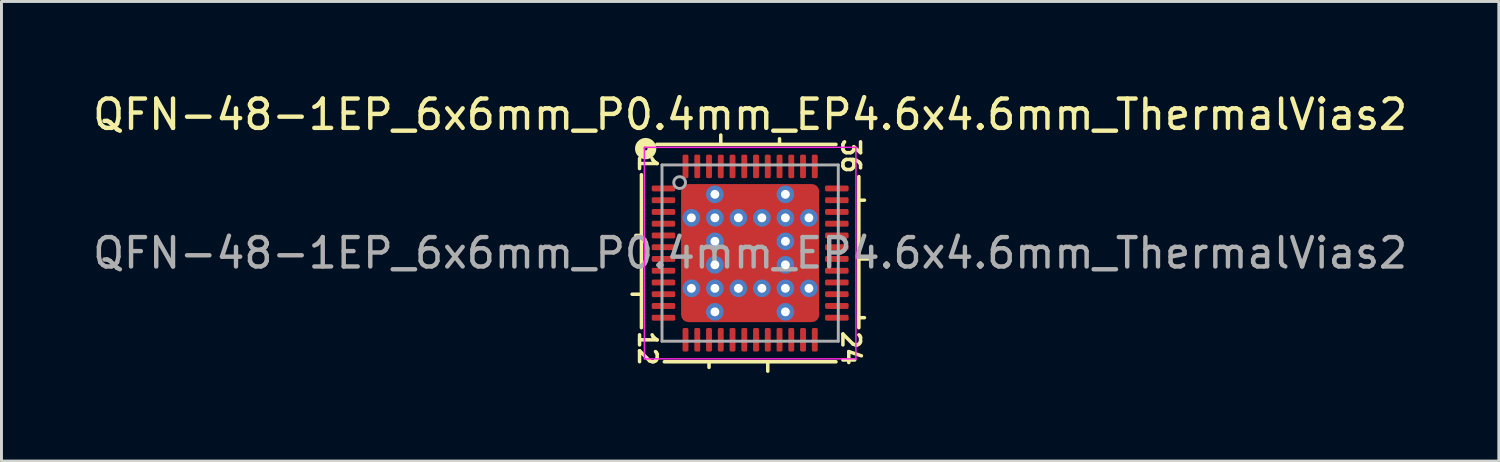
<source format=kicad_pcb>
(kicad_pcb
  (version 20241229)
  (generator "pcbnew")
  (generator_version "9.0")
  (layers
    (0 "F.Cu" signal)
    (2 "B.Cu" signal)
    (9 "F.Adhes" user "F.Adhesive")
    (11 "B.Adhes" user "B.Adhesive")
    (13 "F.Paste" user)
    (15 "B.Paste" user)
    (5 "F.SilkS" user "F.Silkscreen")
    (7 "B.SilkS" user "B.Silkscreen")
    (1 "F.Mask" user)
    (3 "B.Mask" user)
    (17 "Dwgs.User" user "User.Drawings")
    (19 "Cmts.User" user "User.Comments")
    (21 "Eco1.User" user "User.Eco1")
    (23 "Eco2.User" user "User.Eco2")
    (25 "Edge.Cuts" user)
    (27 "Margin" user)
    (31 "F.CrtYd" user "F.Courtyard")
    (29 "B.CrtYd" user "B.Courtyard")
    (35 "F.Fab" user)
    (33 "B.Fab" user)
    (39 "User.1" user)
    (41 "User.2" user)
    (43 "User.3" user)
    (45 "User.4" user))
  (footprint "QFN-48-1EP_6x6mm_P0.4mm_EP4.6x4.6mm_ThermalVias2"
    (layer "F.Cu")
    (at 22.482 5.564)
    (property "Reference" "QFN-48-1EP_6x6mm_P0.4mm_EP4.6x4.6mm_ThermalVias2" (at 0 -4.716 0) (layer "F.SilkS") (effects (font (size 1 1) (thickness 0.15))))
    (attr smd)
    (fp_line (start -3.7 -2.667) (end -3.7 2.54) (stroke (width 0.12) (type solid)) (layer "F.SilkS"))
    (fp_line (start -3.7 -0.6) (end -3.89 -0.6) (stroke (width 0.12) (type solid)) (layer "F.SilkS"))
    (fp_line (start -3.7 1.4) (end -4.018 1.4) (stroke (width 0.12) (type solid)) (layer "F.SilkS"))
    (fp_line (start -2.921 3.7) (end 2.921 3.7) (stroke (width 0.12) (type solid)) (layer "F.SilkS"))
    (fp_line (start -1.4 3.89) (end -1.4 3.7) (stroke (width 0.12) (type solid)) (layer "F.SilkS"))
    (fp_line (start -1 -3.7) (end -1 -4.018) (stroke (width 0.12) (type solid)) (layer "F.SilkS"))
    (fp_line (start 0.6 3.7) (end 0.6 4.018) (stroke (width 0.12) (type solid)) (layer "F.SilkS"))
    (fp_line (start 1 -3.7) (end 1 -3.89) (stroke (width 0.12) (type solid)) (layer "F.SilkS"))
    (fp_line (start 2.921 -3.7) (end -3.175 -3.7) (stroke (width 0.12) (type solid)) (layer "F.SilkS"))
    (fp_line (start 3.7 -1.8) (end 3.89 -1.8) (stroke (width 0.12) (type solid)) (layer "F.SilkS"))
    (fp_line (start 3.7 0.2) (end 4.018 0.2) (stroke (width 0.12) (type solid)) (layer "F.SilkS"))
    (fp_line (start 3.7 2.2) (end 3.89 2.2) (stroke (width 0.12) (type solid)) (layer "F.SilkS"))
    (fp_line (start 3.7 2.54) (end 3.7 -2.603) (stroke (width 0.12) (type solid)) (layer "F.SilkS"))
    (fp_circle (center -3.556 -3.556) (end -3.493 -3.556) (stroke (width 0.3) (type solid)) (fill no) (layer "F.SilkS"))
    (fp_line (start -3.6 -3.6) (end -3.6 3.6) (stroke (width 0.05) (type solid)) (layer "F.CrtYd"))
    (fp_line (start -3.6 3.6) (end 3.6 3.6) (stroke (width 0.05) (type solid)) (layer "F.CrtYd"))
    (fp_line (start 3.6 -3.6) (end -3.6 -3.6) (stroke (width 0.05) (type solid)) (layer "F.CrtYd"))
    (fp_line (start 3.6 3.6) (end 3.6 -3.6) (stroke (width 0.05) (type solid)) (layer "F.CrtYd"))
    (fp_line (start -3 -3) (end 3 -3) (stroke (width 0.1) (type solid)) (layer "F.Fab"))
    (fp_line (start -3 3) (end -3 -3) (stroke (width 0.1) (type solid)) (layer "F.Fab"))
    (fp_line (start 3 -3) (end 3 3) (stroke (width 0.1) (type solid)) (layer "F.Fab"))
    (fp_line (start 3 3) (end -3 3) (stroke (width 0.1) (type solid)) (layer "F.Fab"))
    (fp_circle (center -2.4 -2.4) (end -2.2 -2.4) (stroke (width 0.1) (type solid)) (fill no) (layer "F.Fab"))
    (fp_text user "36" (at 3.429 -3.302 270) (unlocked yes) (layer "F.SilkS") (effects (font (size 0.6 0.6) (thickness 0.12))))
    (fp_text user "1" (at -3.493 -3.048 270) (unlocked yes) (layer "F.SilkS") (effects (font (size 0.6 0.6) (thickness 0.12))))
    (fp_text user "24" (at 3.429 3.239 270) (unlocked yes) (layer "F.SilkS") (effects (font (size 0.6 0.6) (thickness 0.12))))
    (fp_text user "12" (at -3.493 3.239 270) (unlocked yes) (layer "F.SilkS") (effects (font (size 0.6 0.6) (thickness 0.12))))
    (fp_text user "${REFERENCE}" (at 0 0 0) (layer "F.Fab") (effects (font (size 1 1) (thickness 0.15))))
    (pad "" smd roundrect (at -1.875 -1.875 90) (size 0.55 0.55) (layers "F.Paste") (roundrect_rratio 0.25))
    (pad "" smd roundrect (at -1.875 -1.875 180) (size 0.75 0.75) (layers "F.Mask") (roundrect_rratio 0.25))
    (pad "" smd roundrect (at -1.875 -0.425) (size 0.55 0.65) (layers "F.Paste") (roundrect_rratio 0.25))
    (pad "" smd roundrect (at -1.875 0 180) (size 0.75 1.8) (layers "F.Mask") (roundrect_rratio 0.25))
    (pad "" smd roundrect (at -1.875 0.425) (size 0.55 0.65) (layers "F.Paste") (roundrect_rratio 0.25))
    (pad "" smd roundrect (at -1.875 1.875 90) (size 0.55 0.55) (layers "F.Paste") (roundrect_rratio 0.25))
    (pad "" smd roundrect (at -1.875 1.875 180) (size 0.75 0.75) (layers "F.Mask") (roundrect_rratio 0.25))
    (pad "" smd roundrect (at -0.425 -1.875 90) (size 0.55 0.65) (layers "F.Paste") (roundrect_rratio 0.25))
    (pad "" smd roundrect (at -0.425 -0.425) (size 0.65 0.65) (layers "F.Paste") (roundrect_rratio 0.25))
    (pad "" smd roundrect (at -0.425 0.425) (size 0.65 0.65) (layers "F.Paste") (roundrect_rratio 0.25))
    (pad "" smd roundrect (at -0.425 1.875 90) (size 0.55 0.65) (layers "F.Paste") (roundrect_rratio 0.25))
    (pad "" smd roundrect (at 0 -1.875 180) (size 1.8 0.75) (layers "F.Mask") (roundrect_rratio 0.25))
    (pad "" smd roundrect (at 0 0 180) (size 1.8 1.8) (layers "F.Mask") (roundrect_rratio 0.139))
    (pad "" smd roundrect (at 0 1.875 180) (size 1.8 0.75) (layers "F.Mask") (roundrect_rratio 0.25))
    (pad "" smd roundrect (at 0.425 -1.875 90) (size 0.55 0.65) (layers "F.Paste") (roundrect_rratio 0.25))
    (pad "" smd roundrect (at 0.425 -0.425) (size 0.65 0.65) (layers "F.Paste") (roundrect_rratio 0.25))
    (pad "" smd roundrect (at 0.425 0.425) (size 0.65 0.65) (layers "F.Paste") (roundrect_rratio 0.25))
    (pad "" smd roundrect (at 0.425 1.875 90) (size 0.55 0.65) (layers "F.Paste") (roundrect_rratio 0.25))
    (pad "" smd roundrect (at 1.875 -1.875 90) (size 0.55 0.55) (layers "F.Paste") (roundrect_rratio 0.25))
    (pad "" smd roundrect (at 1.875 -1.875 180) (size 0.75 0.75) (layers "F.Mask") (roundrect_rratio 0.25))
    (pad "" smd roundrect (at 1.875 -0.425) (size 0.55 0.65) (layers "F.Paste") (roundrect_rratio 0.25))
    (pad "" smd roundrect (at 1.875 0 180) (size 0.75 1.8) (layers "F.Mask") (roundrect_rratio 0.25))
    (pad "" smd roundrect (at 1.875 0.425) (size 0.55 0.65) (layers "F.Paste") (roundrect_rratio 0.25))
    (pad "" smd roundrect (at 1.875 1.875 90) (size 0.55 0.55) (layers "F.Paste") (roundrect_rratio 0.25))
    (pad "" smd roundrect (at 1.875 1.875 180) (size 0.75 0.75) (layers "F.Mask") (roundrect_rratio 0.25))
    (pad "1" smd roundrect (at -2.95 -2.2) (size 0.8 0.2) (layers "F.Cu" "F.Mask" "F.Paste") (roundrect_rratio 0.25))
    (pad "2" smd roundrect (at -2.95 -1.8) (size 0.8 0.2) (layers "F.Cu" "F.Mask" "F.Paste") (roundrect_rratio 0.25))
    (pad "3" smd roundrect (at -2.95 -1.4) (size 0.8 0.2) (layers "F.Cu" "F.Mask" "F.Paste") (roundrect_rratio 0.25))
    (pad "4" smd roundrect (at -2.95 -1) (size 0.8 0.2) (layers "F.Cu" "F.Mask" "F.Paste") (roundrect_rratio 0.25))
    (pad "5" smd roundrect (at -2.95 -0.6) (size 0.8 0.2) (layers "F.Cu" "F.Mask" "F.Paste") (roundrect_rratio 0.25))
    (pad "6" smd roundrect (at -2.95 -0.2) (size 0.8 0.2) (layers "F.Cu" "F.Mask" "F.Paste") (roundrect_rratio 0.25))
    (pad "7" smd roundrect (at -2.95 0.2) (size 0.8 0.2) (layers "F.Cu" "F.Mask" "F.Paste") (roundrect_rratio 0.25))
    (pad "8" smd roundrect (at -2.95 0.6) (size 0.8 0.2) (layers "F.Cu" "F.Mask" "F.Paste") (roundrect_rratio 0.25))
    (pad "9" smd roundrect (at -2.95 1) (size 0.8 0.2) (layers "F.Cu" "F.Mask" "F.Paste") (roundrect_rratio 0.25))
    (pad "10" smd roundrect (at -2.95 1.4) (size 0.8 0.2) (layers "F.Cu" "F.Mask" "F.Paste") (roundrect_rratio 0.25))
    (pad "11" smd roundrect (at -2.95 1.8) (size 0.8 0.2) (layers "F.Cu" "F.Mask" "F.Paste") (roundrect_rratio 0.25))
    (pad "12" smd roundrect (at -2.95 2.2) (size 0.8 0.2) (layers "F.Cu" "F.Mask" "F.Paste") (roundrect_rratio 0.25))
    (pad "13" smd roundrect (at -2.2 2.95) (size 0.2 0.8) (layers "F.Cu" "F.Mask" "F.Paste") (roundrect_rratio 0.25))
    (pad "14" smd roundrect (at -1.8 2.95) (size 0.2 0.8) (layers "F.Cu" "F.Mask" "F.Paste") (roundrect_rratio 0.25))
    (pad "15" smd roundrect (at -1.4 2.95) (size 0.2 0.8) (layers "F.Cu" "F.Mask" "F.Paste") (roundrect_rratio 0.25))
    (pad "16" smd roundrect (at -1 2.95) (size 0.2 0.8) (layers "F.Cu" "F.Mask" "F.Paste") (roundrect_rratio 0.25))
    (pad "17" smd roundrect (at -0.6 2.95) (size 0.2 0.8) (layers "F.Cu" "F.Mask" "F.Paste") (roundrect_rratio 0.25))
    (pad "18" smd roundrect (at -0.2 2.95) (size 0.2 0.8) (layers "F.Cu" "F.Mask" "F.Paste") (roundrect_rratio 0.25))
    (pad "19" smd roundrect (at 0.2 2.95) (size 0.2 0.8) (layers "F.Cu" "F.Mask" "F.Paste") (roundrect_rratio 0.25))
    (pad "20" smd roundrect (at 0.6 2.95) (size 0.2 0.8) (layers "F.Cu" "F.Mask" "F.Paste") (roundrect_rratio 0.25))
    (pad "21" smd roundrect (at 1 2.95) (size 0.2 0.8) (layers "F.Cu" "F.Mask" "F.Paste") (roundrect_rratio 0.25))
    (pad "22" smd roundrect (at 1.4 2.95) (size 0.2 0.8) (layers "F.Cu" "F.Mask" "F.Paste") (roundrect_rratio 0.25))
    (pad "23" smd roundrect (at 1.8 2.95) (size 0.2 0.8) (layers "F.Cu" "F.Mask" "F.Paste") (roundrect_rratio 0.25))
    (pad "24" smd roundrect (at 2.2 2.95) (size 0.2 0.8) (layers "F.Cu" "F.Mask" "F.Paste") (roundrect_rratio 0.25))
    (pad "25" smd roundrect (at 2.95 2.2) (size 0.8 0.2) (layers "F.Cu" "F.Mask" "F.Paste") (roundrect_rratio 0.25))
    (pad "26" smd roundrect (at 2.95 1.8) (size 0.8 0.2) (layers "F.Cu" "F.Mask" "F.Paste") (roundrect_rratio 0.25))
    (pad "27" smd roundrect (at 2.95 1.4) (size 0.8 0.2) (layers "F.Cu" "F.Mask" "F.Paste") (roundrect_rratio 0.25))
    (pad "28" smd roundrect (at 2.95 1) (size 0.8 0.2) (layers "F.Cu" "F.Mask" "F.Paste") (roundrect_rratio 0.25))
    (pad "29" smd roundrect (at 2.95 0.6) (size 0.8 0.2) (layers "F.Cu" "F.Mask" "F.Paste") (roundrect_rratio 0.25))
    (pad "30" smd roundrect (at 2.95 0.2) (size 0.8 0.2) (layers "F.Cu" "F.Mask" "F.Paste") (roundrect_rratio 0.25))
    (pad "31" smd roundrect (at 2.95 -0.2) (size 0.8 0.2) (layers "F.Cu" "F.Mask" "F.Paste") (roundrect_rratio 0.25))
    (pad "32" smd roundrect (at 2.95 -0.6) (size 0.8 0.2) (layers "F.Cu" "F.Mask" "F.Paste") (roundrect_rratio 0.25))
    (pad "33" smd roundrect (at 2.95 -1) (size 0.8 0.2) (layers "F.Cu" "F.Mask" "F.Paste") (roundrect_rratio 0.25))
    (pad "34" smd roundrect (at 2.95 -1.4) (size 0.8 0.2) (layers "F.Cu" "F.Mask" "F.Paste") (roundrect_rratio 0.25))
    (pad "35" smd roundrect (at 2.95 -1.8) (size 0.8 0.2) (layers "F.Cu" "F.Mask" "F.Paste") (roundrect_rratio 0.25))
    (pad "36" smd roundrect (at 2.95 -2.2) (size 0.8 0.2) (layers "F.Cu" "F.Mask" "F.Paste") (roundrect_rratio 0.25))
    (pad "37" smd roundrect (at 2.2 -2.95) (size 0.2 0.8) (layers "F.Cu" "F.Mask" "F.Paste") (roundrect_rratio 0.25))
    (pad "38" smd roundrect (at 1.8 -2.95) (size 0.2 0.8) (layers "F.Cu" "F.Mask" "F.Paste") (roundrect_rratio 0.25))
    (pad "39" smd roundrect (at 1.4 -2.95) (size 0.2 0.8) (layers "F.Cu" "F.Mask" "F.Paste") (roundrect_rratio 0.25))
    (pad "40" smd roundrect (at 1 -2.95) (size 0.2 0.8) (layers "F.Cu" "F.Mask" "F.Paste") (roundrect_rratio 0.25))
    (pad "41" smd roundrect (at 0.6 -2.95) (size 0.2 0.8) (layers "F.Cu" "F.Mask" "F.Paste") (roundrect_rratio 0.25))
    (pad "42" smd roundrect (at 0.2 -2.95) (size 0.2 0.8) (layers "F.Cu" "F.Mask" "F.Paste") (roundrect_rratio 0.25))
    (pad "43" smd roundrect (at -0.2 -2.95) (size 0.2 0.8) (layers "F.Cu" "F.Mask" "F.Paste") (roundrect_rratio 0.25))
    (pad "44" smd roundrect (at -0.6 -2.95) (size 0.2 0.8) (layers "F.Cu" "F.Mask" "F.Paste") (roundrect_rratio 0.25))
    (pad "45" smd roundrect (at -1 -2.95) (size 0.2 0.8) (layers "F.Cu" "F.Mask" "F.Paste") (roundrect_rratio 0.25))
    (pad "46" smd roundrect (at -1.4 -2.95) (size 0.2 0.8) (layers "F.Cu" "F.Mask" "F.Paste") (roundrect_rratio 0.25))
    (pad "47" smd roundrect (at -1.8 -2.95) (size 0.2 0.8) (layers "F.Cu" "F.Mask" "F.Paste") (roundrect_rratio 0.25))
    (pad "48" smd roundrect (at -2.2 -2.95) (size 0.2 0.8) (layers "F.Cu" "F.Mask" "F.Paste") (roundrect_rratio 0.25))
    (pad "49" thru_hole circle (at -2 -1.2) (size 0.6 0.6) (drill 0.3) (property pad_prop_heatsink) (layers "*.Cu" "*.Mask"))
    (pad "49" thru_hole circle (at -2 1.2) (size 0.6 0.6) (drill 0.3) (property pad_prop_heatsink) (layers "*.Cu" "*.Mask"))
    (pad "49" thru_hole circle (at -1.2 -2) (size 0.6 0.6) (drill 0.3) (property pad_prop_heatsink) (layers "*.Cu" "*.Mask"))
    (pad "49" thru_hole circle (at -1.2 -1.2) (size 0.6 0.6) (drill 0.3) (property pad_prop_heatsink) (layers "*.Cu" "*.Mask"))
    (pad "49" thru_hole circle (at -1.2 -0.4) (size 0.6 0.6) (drill 0.3) (property pad_prop_heatsink) (layers "*.Cu" "*.Mask"))
    (pad "49" thru_hole circle (at -1.2 0.4) (size 0.6 0.6) (drill 0.3) (property pad_prop_heatsink) (layers "*.Cu" "*.Mask"))
    (pad "49" thru_hole circle (at -1.2 1.2) (size 0.6 0.6) (drill 0.3) (property pad_prop_heatsink) (layers "*.Cu" "*.Mask"))
    (pad "49" thru_hole circle (at -1.2 2) (size 0.6 0.6) (drill 0.3) (property pad_prop_heatsink) (layers "*.Cu" "*.Mask"))
    (pad "49" thru_hole circle (at -0.4 -1.2) (size 0.6 0.6) (drill 0.3) (property pad_prop_heatsink) (layers "*.Cu" "*.Mask"))
    (pad "49" thru_hole circle (at -0.4 1.2) (size 0.6 0.6) (drill 0.3) (property pad_prop_heatsink) (layers "*.Cu" "*.Mask"))
    (pad "49" smd roundrect (at 0 0) (size 4.7 4.7) (layers "F.Cu") (roundrect_rratio 0.053))
    (pad "49" thru_hole circle (at 0.4 -1.2) (size 0.6 0.6) (drill 0.3) (property pad_prop_heatsink) (layers "*.Cu" "*.Mask"))
    (pad "49" thru_hole circle (at 0.4 1.2) (size 0.6 0.6) (drill 0.3) (property pad_prop_heatsink) (layers "*.Cu" "*.Mask"))
    (pad "49" thru_hole circle (at 1.2 -2) (size 0.6 0.6) (drill 0.3) (property pad_prop_heatsink) (layers "*.Cu" "*.Mask"))
    (pad "49" thru_hole circle (at 1.2 -1.2) (size 0.6 0.6) (drill 0.3) (property pad_prop_heatsink) (layers "*.Cu" "*.Mask"))
    (pad "49" thru_hole circle (at 1.2 -0.4) (size 0.6 0.6) (drill 0.3) (property pad_prop_heatsink) (layers "*.Cu" "*.Mask"))
    (pad "49" thru_hole circle (at 1.2 0.4) (size 0.6 0.6) (drill 0.3) (property pad_prop_heatsink) (layers "*.Cu" "*.Mask"))
    (pad "49" thru_hole circle (at 1.2 1.2) (size 0.6 0.6) (drill 0.3) (property pad_prop_heatsink) (layers "*.Cu" "*.Mask"))
    (pad "49" thru_hole circle (at 1.2 2) (size 0.6 0.6) (drill 0.3) (property pad_prop_heatsink) (layers "*.Cu" "*.Mask"))
    (pad "49" thru_hole circle (at 2 -1.2) (size 0.6 0.6) (drill 0.3) (property pad_prop_heatsink) (layers "*.Cu" "*.Mask"))
    (pad "49" thru_hole circle (at 2 1.2) (size 0.6 0.6) (drill 0.3) (property pad_prop_heatsink) (layers "*.Cu" "*.Mask")))
  (gr_rect
    (start -3 -3)
    (end 47.964 12.642)
    (stroke (width 0.1) (type default))
    (fill no)
    (layer "Edge.Cuts")))
</source>
